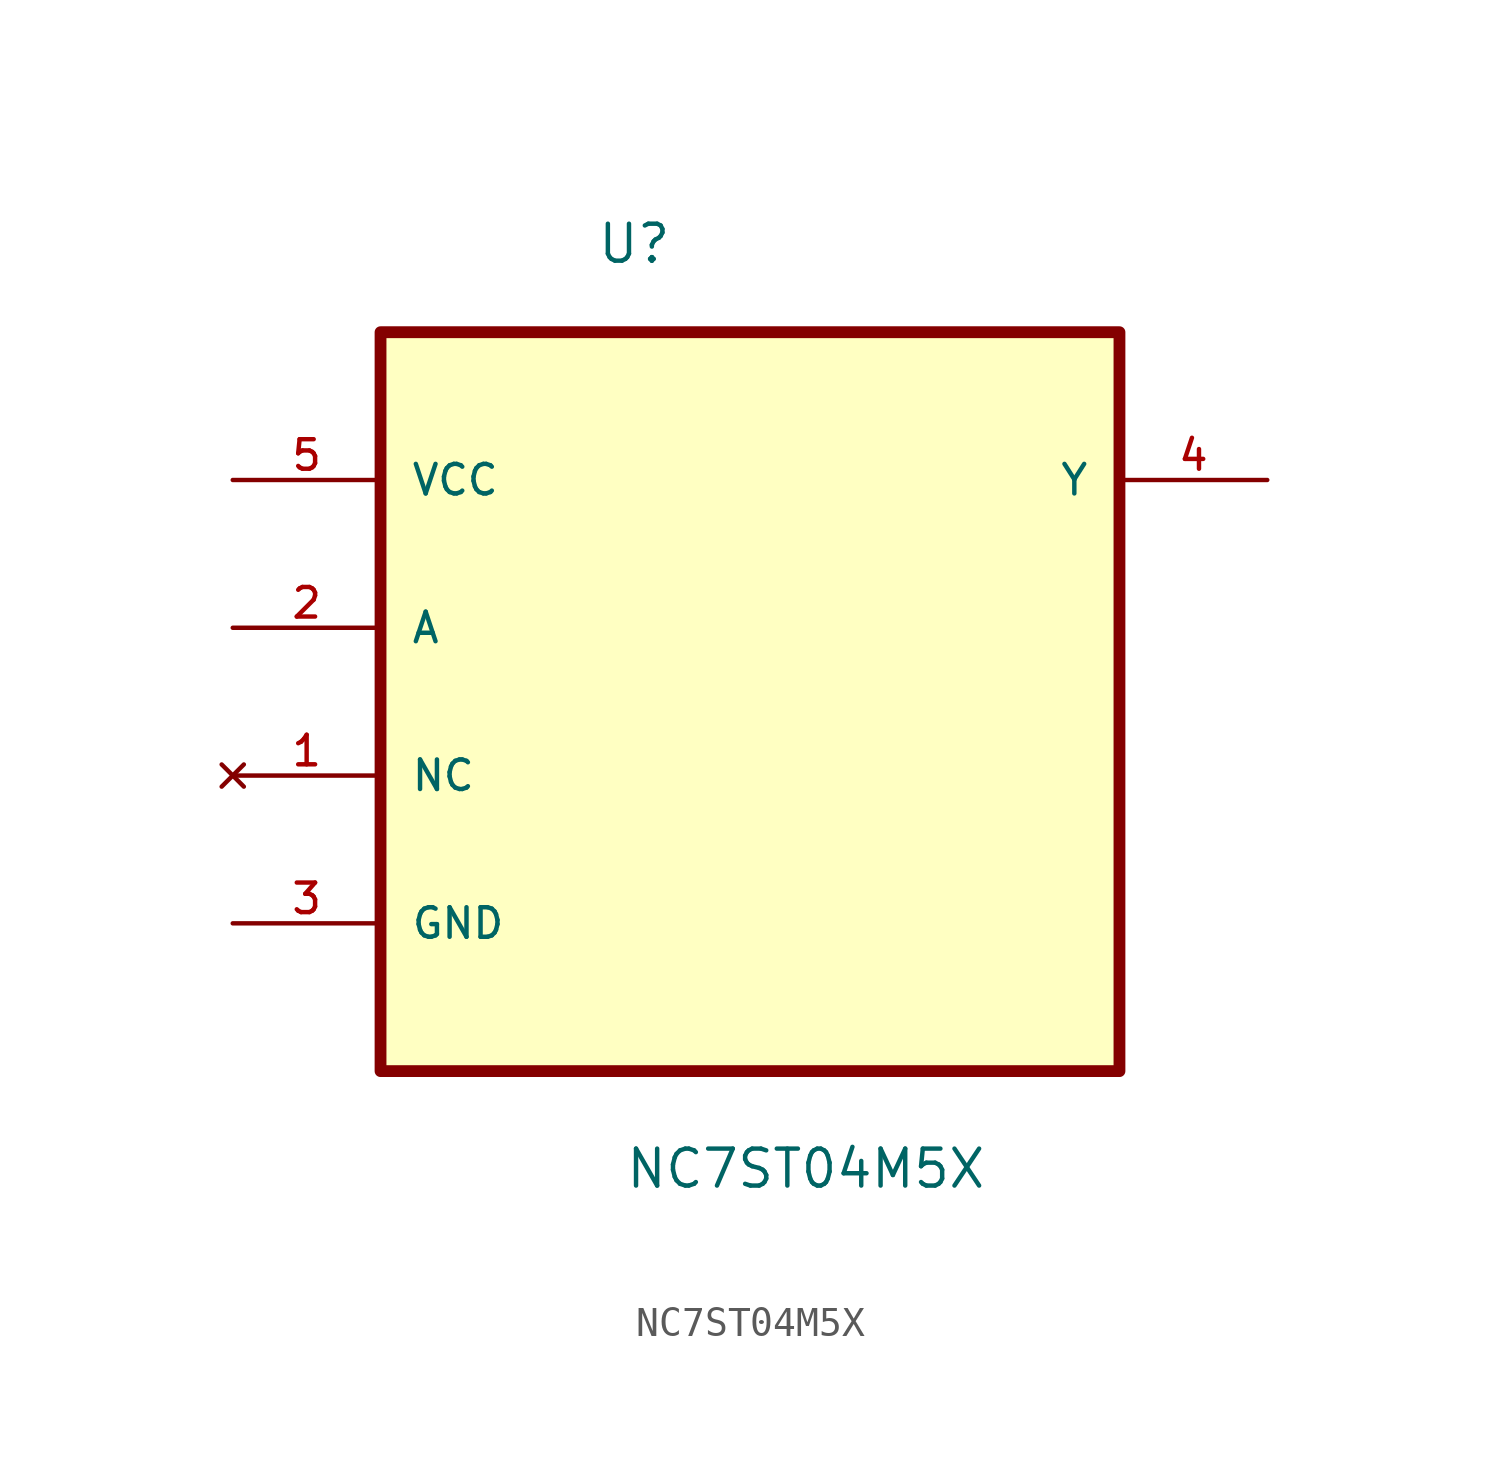
<source format=kicad_sym>
(kicad_symbol_lib
  (version 20211014)
  (generator kicad_symbol_editor)
  (symbol "NC7ST04M5X"
    (pin_names
      (offset 1.016))
    (property "Reference" "U"
      (at -5.288 12.456 0.0)
      (effects (font (size 1.27 1.27)) (justify bottom left)))
    (property "Value" "NC7ST04M5X"
      (at -4.32 -19.337 0.0)
      (effects (font (size 1.27 1.27)) (justify bottom left)))
    (symbol "NC7ST04M5X_0_0"
      (rectangle (start -12.7 -15.24) (end 12.7 10.16) (stroke (width 0.406)) (fill (type background)))
      (pin power_in line (at -17.78 5.08 0) (length 5.08) (name "VCC" (effects (font (size 1.016 1.016)))) (number "5" (effects (font (size 1.016 1.016)))))
      (pin input line (at -17.78 0.0 0) (length 5.08) (name "A" (effects (font (size 1.016 1.016)))) (number "2" (effects (font (size 1.016 1.016)))))
      (pin no_connect line (at -17.78 -5.08 0) (length 5.08) (name "NC" (effects (font (size 1.016 1.016)))) (number "1" (effects (font (size 1.016 1.016)))))
      (pin passive line (at -17.78 -10.16 0) (length 5.08) (name "GND" (effects (font (size 1.016 1.016)))) (number "3" (effects (font (size 1.016 1.016)))))
      (pin output line (at 17.78 5.08 180.0) (length 5.08) (name "Y" (effects (font (size 1.016 1.016)))) (number "4" (effects (font (size 1.016 1.016))))))))
</source>
